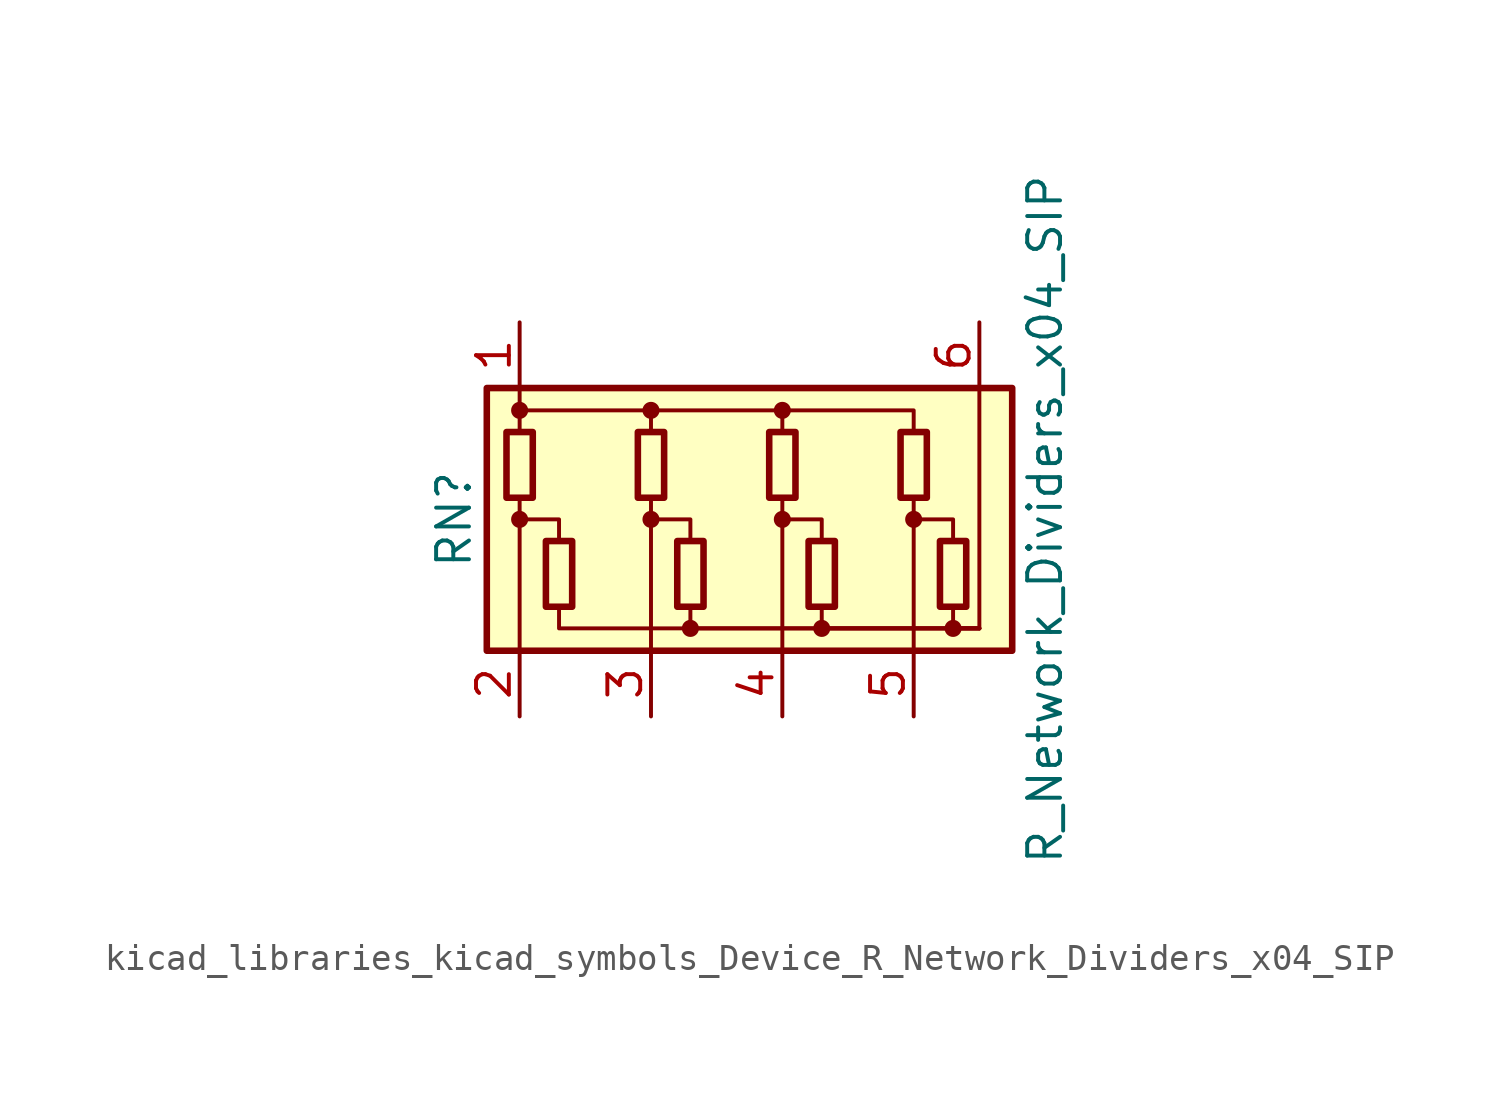
<source format=kicad_sym>
(kicad_symbol_lib
  (version 20220914)
  (generator kicad_symbol_editor)
  (symbol "kicad_libraries_kicad_symbols_Device_R_Network_Dividers_x04_SIP"
    (pin_names
      (offset 0) hide)
    (property "Reference" "RN"
      (at -12.7 0 90)
      (effects (font (size 1.27 1.27))))
    (property "Value" "R_Network_Dividers_x04_SIP"
      (at 10.16 0 90)
      (effects (font (size 1.27 1.27))))
    (symbol "kicad_libraries_kicad_symbols_Device_R_Network_Dividers_x04_SIP_0_1"
      (rectangle (start -11.43 -5.08) (end 8.89 5.08) (stroke (width 0.254) (type default)) (fill (type background)))
      (rectangle (start -10.668 3.378) (end -9.652 0.838) (stroke (width 0.254) (type default)) (fill (type none)))
      (circle (center -10.16 0) (radius 0.254) (stroke (width 0) (type default)) (fill (type outline)))
      (circle (center -10.16 4.216) (radius 0.254) (stroke (width 0) (type default)) (fill (type outline)))
      (rectangle (start -9.144 -3.378) (end -8.128 -0.838) (stroke (width 0.254) (type default)) (fill (type none)))
      (rectangle (start -5.588 3.378) (end -4.572 0.838) (stroke (width 0.254) (type default)) (fill (type none)))
      (circle (center -5.08 0) (radius 0.254) (stroke (width 0) (type default)) (fill (type outline)))
      (circle (center -5.08 4.216) (radius 0.254) (stroke (width 0) (type default)) (fill (type outline)))
      (rectangle (start -4.064 -3.378) (end -3.048 -0.838) (stroke (width 0.254) (type default)) (fill (type none)))
      (circle (center -3.556 -4.216) (radius 0.254) (stroke (width 0) (type default)) (fill (type outline)))
      (rectangle (start -0.508 3.378) (end 0.508 0.838) (stroke (width 0.254) (type default)) (fill (type none)))
      (polyline (pts (xy -10.16 -5.08) (xy -10.16 0.838)) (stroke (width 0) (type default)) (fill (type none)))
      (polyline (pts (xy -10.16 5.08) (xy -10.16 3.378)) (stroke (width 0) (type default)) (fill (type none)))
      (polyline (pts (xy -5.08 -5.08) (xy -5.08 0.838)) (stroke (width 0) (type default)) (fill (type none)))
      (polyline (pts (xy 0 -5.08) (xy 0 0.838)) (stroke (width 0) (type default)) (fill (type none)))
      (polyline (pts (xy 5.08 -5.08) (xy 5.08 0.838)) (stroke (width 0) (type default)) (fill (type none)))
      (polyline (pts (xy 7.62 -4.216) (xy 7.62 5.08)) (stroke (width 0) (type default)) (fill (type none)))
      (polyline (pts (xy -10.16 0) (xy -8.636 0) (xy -8.636 -0.838)) (stroke (width 0) (type default)) (fill (type none)))
      (polyline (pts (xy -10.16 4.216) (xy -5.08 4.216) (xy -5.08 3.378)) (stroke (width 0) (type default)) (fill (type none)))
      (polyline (pts (xy -8.636 -3.378) (xy -8.636 -4.216) (xy 7.62 -4.216)) (stroke (width 0) (type default)) (fill (type none)))
      (polyline (pts (xy -5.08 0) (xy -3.556 0) (xy -3.556 -0.838)) (stroke (width 0) (type default)) (fill (type none)))
      (polyline (pts (xy -5.08 4.216) (xy 0 4.216) (xy 0 3.378)) (stroke (width 0) (type default)) (fill (type none)))
      (polyline (pts (xy -3.556 -3.378) (xy -3.556 -4.216) (xy 7.62 -4.216)) (stroke (width 0) (type default)) (fill (type none)))
      (polyline (pts (xy 0 0) (xy 1.524 0) (xy 1.524 -0.838)) (stroke (width 0) (type default)) (fill (type none)))
      (polyline (pts (xy 0 4.216) (xy 5.08 4.216) (xy 5.08 3.378)) (stroke (width 0) (type default)) (fill (type none)))
      (polyline (pts (xy 1.524 -3.378) (xy 1.524 -4.216) (xy 7.62 -4.216)) (stroke (width 0) (type default)) (fill (type none)))
      (polyline (pts (xy 5.08 0) (xy 6.604 0) (xy 6.604 -0.838)) (stroke (width 0) (type default)) (fill (type none)))
      (polyline (pts (xy 6.604 -3.378) (xy 6.604 -4.216) (xy 7.62 -4.216)) (stroke (width 0) (type default)) (fill (type none)))
      (circle (center 0 0) (radius 0.254) (stroke (width 0) (type default)) (fill (type outline)))
      (circle (center 0 4.216) (radius 0.254) (stroke (width 0) (type default)) (fill (type outline)))
      (rectangle (start 1.016 -3.378) (end 2.032 -0.838) (stroke (width 0.254) (type default)) (fill (type none)))
      (circle (center 1.524 -4.216) (radius 0.254) (stroke (width 0) (type default)) (fill (type outline)))
      (rectangle (start 4.572 3.378) (end 5.588 0.838) (stroke (width 0.254) (type default)) (fill (type none)))
      (circle (center 5.08 0) (radius 0.254) (stroke (width 0) (type default)) (fill (type outline)))
      (rectangle (start 6.096 -3.378) (end 7.112 -0.838) (stroke (width 0.254) (type default)) (fill (type none)))
      (circle (center 6.604 -4.216) (radius 0.254) (stroke (width 0) (type default)) (fill (type outline))))
    (symbol "kicad_libraries_kicad_symbols_Device_R_Network_Dividers_x04_SIP_1_1"
      (pin passive line (at -10.16 7.62 270) (length 2.54) (name "COM1" (effects (font (size 1.27 1.27)))) (number "1" (effects (font (size 1.27 1.27)))))
      (pin passive line (at -10.16 -7.62 90) (length 2.54) (name "R1" (effects (font (size 1.27 1.27)))) (number "2" (effects (font (size 1.27 1.27)))))
      (pin passive line (at -5.08 -7.62 90) (length 2.54) (name "R2" (effects (font (size 1.27 1.27)))) (number "3" (effects (font (size 1.27 1.27)))))
      (pin passive line (at 0 -7.62 90) (length 2.54) (name "R3" (effects (font (size 1.27 1.27)))) (number "4" (effects (font (size 1.27 1.27)))))
      (pin passive line (at 5.08 -7.62 90) (length 2.54) (name "R4" (effects (font (size 1.27 1.27)))) (number "5" (effects (font (size 1.27 1.27)))))
      (pin passive line (at 7.62 7.62 270) (length 2.54) (name "COM2" (effects (font (size 1.27 1.27)))) (number "6" (effects (font (size 1.27 1.27))))))))
</source>
